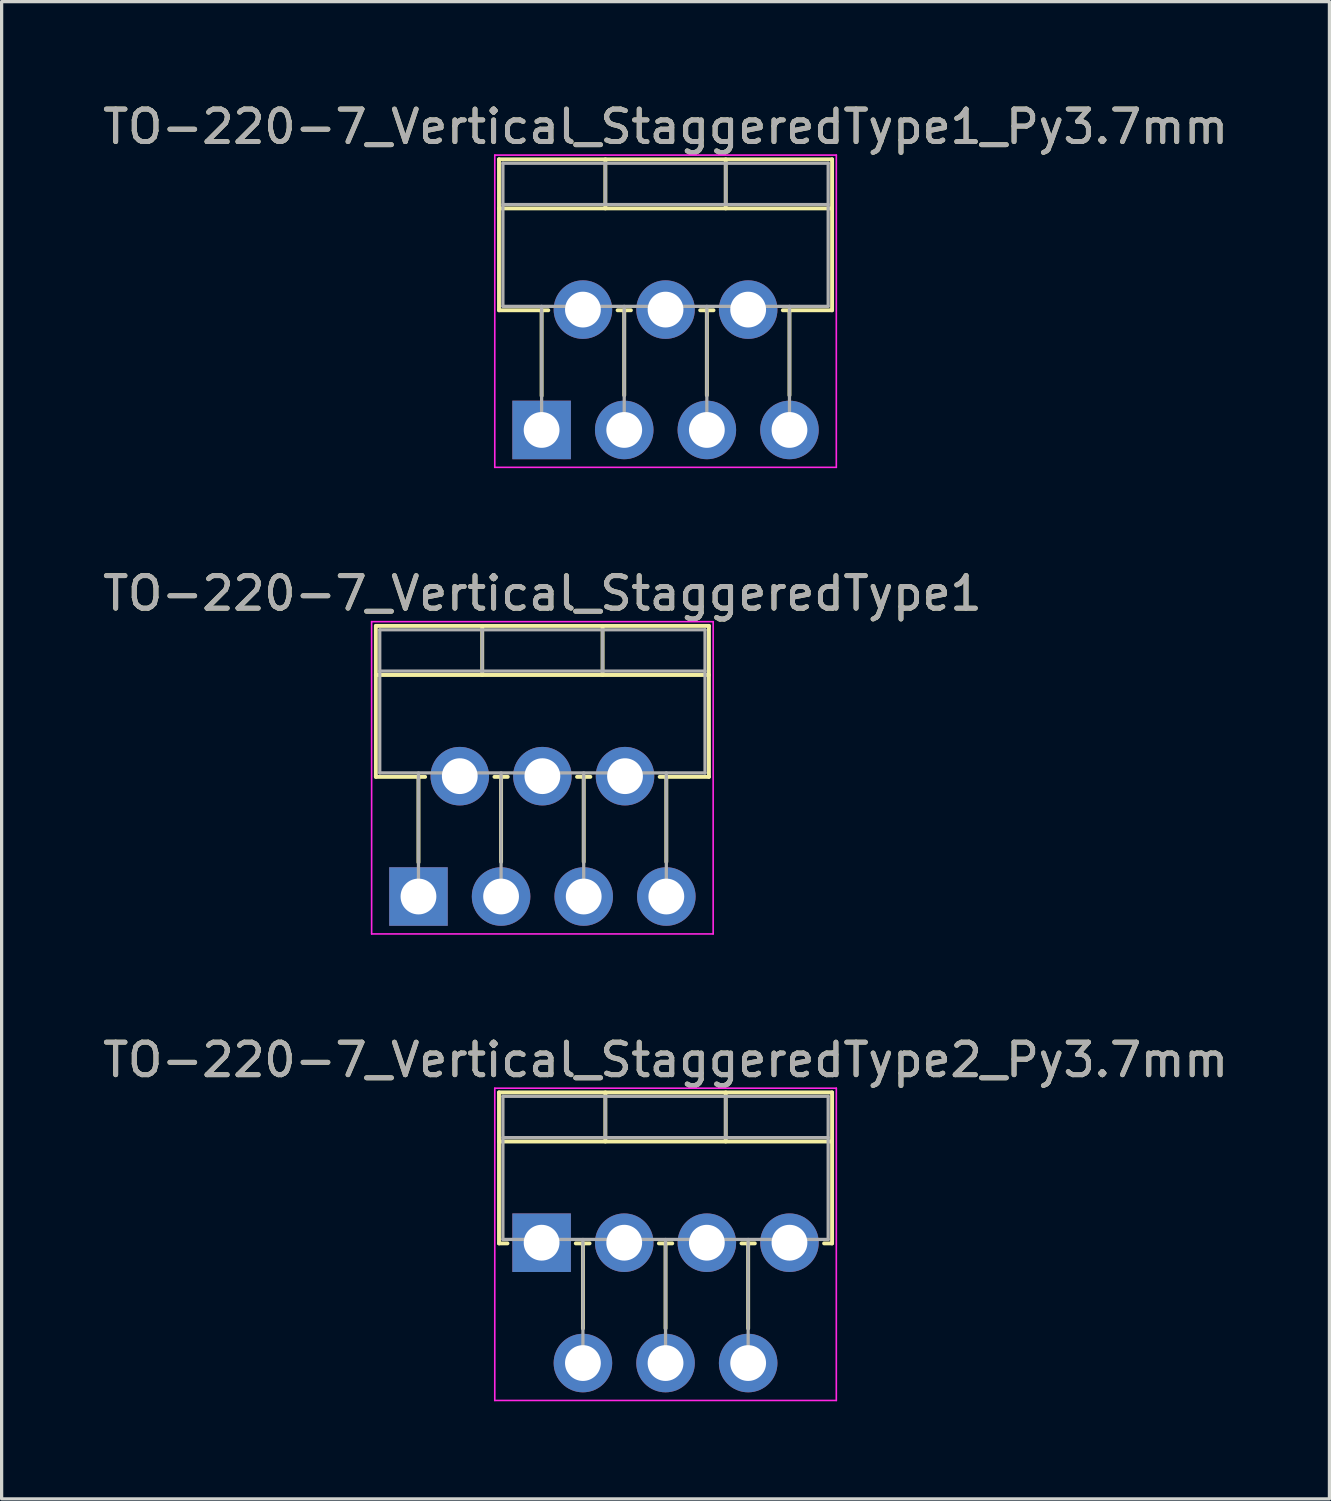
<source format=kicad_pcb>
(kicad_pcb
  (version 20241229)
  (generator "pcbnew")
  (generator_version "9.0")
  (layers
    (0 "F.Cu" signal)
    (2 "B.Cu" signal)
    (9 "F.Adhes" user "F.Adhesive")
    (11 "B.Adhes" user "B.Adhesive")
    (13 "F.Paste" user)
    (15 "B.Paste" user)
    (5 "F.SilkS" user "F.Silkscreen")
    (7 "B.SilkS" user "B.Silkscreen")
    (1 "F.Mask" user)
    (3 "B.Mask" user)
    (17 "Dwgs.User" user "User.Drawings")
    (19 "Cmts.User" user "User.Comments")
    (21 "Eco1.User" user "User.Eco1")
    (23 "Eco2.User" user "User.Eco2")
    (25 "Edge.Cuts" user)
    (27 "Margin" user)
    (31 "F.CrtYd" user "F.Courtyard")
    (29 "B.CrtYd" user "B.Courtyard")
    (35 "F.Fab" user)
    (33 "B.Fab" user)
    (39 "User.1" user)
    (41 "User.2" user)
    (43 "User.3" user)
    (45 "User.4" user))
  (footprint "TO-220-7_Vertical_StaggeredType1"
    (layer "F.Cu")
    (at 9.815 24.512)
    (property "Reference" "TO-220-7_Vertical_StaggeredType1" (at 3.81 -9.32 0) (layer "F.SilkS") (effects (font (size 1 1) (thickness 0.15))))
    (attr through_hole)
    (fp_line (start -1.31 -8.32) (end -1.31 -3.679) (stroke (width 0.12) (type solid)) (layer "F.SilkS"))
    (fp_line (start -1.31 -8.32) (end 8.93 -8.32) (stroke (width 0.12) (type solid)) (layer "F.SilkS"))
    (fp_line (start -1.31 -6.811) (end 8.93 -6.811) (stroke (width 0.12) (type solid)) (layer "F.SilkS"))
    (fp_line (start -1.31 -3.679) (end 0.205 -3.679) (stroke (width 0.12) (type solid)) (layer "F.SilkS"))
    (fp_line (start 0 -3.679) (end 0 -1.049) (stroke (width 0.12) (type solid)) (layer "F.SilkS"))
    (fp_line (start 1.96 -8.32) (end 1.96 -6.811) (stroke (width 0.12) (type solid)) (layer "F.SilkS"))
    (fp_line (start 2.336 -3.679) (end 2.745 -3.679) (stroke (width 0.12) (type solid)) (layer "F.SilkS"))
    (fp_line (start 2.54 -3.679) (end 2.54 -1.065) (stroke (width 0.12) (type solid)) (layer "F.SilkS"))
    (fp_line (start 4.875 -3.679) (end 5.285 -3.679) (stroke (width 0.12) (type solid)) (layer "F.SilkS"))
    (fp_line (start 5.08 -3.679) (end 5.08 -1.065) (stroke (width 0.12) (type solid)) (layer "F.SilkS"))
    (fp_line (start 5.66 -8.32) (end 5.66 -6.811) (stroke (width 0.12) (type solid)) (layer "F.SilkS"))
    (fp_line (start 7.415 -3.679) (end 8.93 -3.679) (stroke (width 0.12) (type solid)) (layer "F.SilkS"))
    (fp_line (start 7.62 -3.679) (end 7.62 -1.065) (stroke (width 0.12) (type solid)) (layer "F.SilkS"))
    (fp_line (start 8.93 -8.32) (end 8.93 -3.679) (stroke (width 0.12) (type solid)) (layer "F.SilkS"))
    (fp_line (start -1.44 -8.45) (end -1.44 1.15) (stroke (width 0.05) (type solid)) (layer "F.CrtYd"))
    (fp_line (start -1.44 1.15) (end 9.06 1.15) (stroke (width 0.05) (type solid)) (layer "F.CrtYd"))
    (fp_line (start 9.06 -8.45) (end -1.44 -8.45) (stroke (width 0.05) (type solid)) (layer "F.CrtYd"))
    (fp_line (start 9.06 1.15) (end 9.06 -8.45) (stroke (width 0.05) (type solid)) (layer "F.CrtYd"))
    (fp_line (start -1.19 -8.2) (end -1.19 -3.8) (stroke (width 0.1) (type solid)) (layer "F.Fab"))
    (fp_line (start -1.19 -6.93) (end 8.81 -6.93) (stroke (width 0.1) (type solid)) (layer "F.Fab"))
    (fp_line (start -1.19 -3.8) (end 8.81 -3.8) (stroke (width 0.1) (type solid)) (layer "F.Fab"))
    (fp_line (start 0 -3.8) (end 0 0) (stroke (width 0.1) (type solid)) (layer "F.Fab"))
    (fp_line (start 1.27 -3.8) (end 1.27 -3.7) (stroke (width 0.1) (type solid)) (layer "F.Fab"))
    (fp_line (start 1.96 -8.2) (end 1.96 -6.93) (stroke (width 0.1) (type solid)) (layer "F.Fab"))
    (fp_line (start 2.54 -3.8) (end 2.54 0) (stroke (width 0.1) (type solid)) (layer "F.Fab"))
    (fp_line (start 3.81 -3.8) (end 3.81 -3.7) (stroke (width 0.1) (type solid)) (layer "F.Fab"))
    (fp_line (start 5.08 -3.8) (end 5.08 0) (stroke (width 0.1) (type solid)) (layer "F.Fab"))
    (fp_line (start 5.66 -8.2) (end 5.66 -6.93) (stroke (width 0.1) (type solid)) (layer "F.Fab"))
    (fp_line (start 6.35 -3.8) (end 6.35 -3.7) (stroke (width 0.1) (type solid)) (layer "F.Fab"))
    (fp_line (start 7.62 -3.8) (end 7.62 0) (stroke (width 0.1) (type solid)) (layer "F.Fab"))
    (fp_line (start 8.81 -8.2) (end -1.19 -8.2) (stroke (width 0.1) (type solid)) (layer "F.Fab"))
    (fp_line (start 8.81 -3.8) (end 8.81 -8.2) (stroke (width 0.1) (type solid)) (layer "F.Fab"))
    (fp_text user "${REFERENCE}" (at 3.81 -9.32 0) (layer "F.Fab") (effects (font (size 1 1) (thickness 0.15))))
    (pad "1" thru_hole rect (at 0 0) (size 1.8 1.8) (drill 1.1) (layers "*.Cu" "*.Mask"))
    (pad "2" thru_hole oval (at 1.27 -3.7) (size 1.8 1.8) (drill 1.1) (layers "*.Cu" "*.Mask"))
    (pad "3" thru_hole oval (at 2.54 0) (size 1.8 1.8) (drill 1.1) (layers "*.Cu" "*.Mask"))
    (pad "4" thru_hole oval (at 3.81 -3.7) (size 1.8 1.8) (drill 1.1) (layers "*.Cu" "*.Mask"))
    (pad "5" thru_hole oval (at 5.08 0) (size 1.8 1.8) (drill 1.1) (layers "*.Cu" "*.Mask"))
    (pad "6" thru_hole oval (at 6.35 -3.7) (size 1.8 1.8) (drill 1.1) (layers "*.Cu" "*.Mask"))
    (pad "7" thru_hole oval (at 7.62 0) (size 1.8 1.8) (drill 1.1) (layers "*.Cu" "*.Mask")))
  (footprint "TO-220-7_Vertical_StaggeredType2_Py3.7mm"
    (layer "F.Cu")
    (at 13.601 35.155)
    (property "Reference" "TO-220-7_Vertical_StaggeredType2_Py3.7mm" (at 3.81 -5.62 0) (layer "F.SilkS") (effects (font (size 1 1) (thickness 0.15))))
    (attr through_hole)
    (fp_line (start -1.31 -4.62) (end -1.31 0.021) (stroke (width 0.12) (type solid)) (layer "F.SilkS"))
    (fp_line (start -1.31 -4.62) (end 8.93 -4.62) (stroke (width 0.12) (type solid)) (layer "F.SilkS"))
    (fp_line (start -1.31 -3.111) (end 8.93 -3.111) (stroke (width 0.12) (type solid)) (layer "F.SilkS"))
    (fp_line (start -1.31 0.021) (end -1.05 0.021) (stroke (width 0.12) (type solid)) (layer "F.SilkS"))
    (fp_line (start 1.05 0.021) (end 1.475 0.021) (stroke (width 0.12) (type solid)) (layer "F.SilkS"))
    (fp_line (start 1.27 0.021) (end 1.27 2.635) (stroke (width 0.12) (type solid)) (layer "F.SilkS"))
    (fp_line (start 1.96 -4.62) (end 1.96 -3.111) (stroke (width 0.12) (type solid)) (layer "F.SilkS"))
    (fp_line (start 3.605 0.021) (end 4.016 0.021) (stroke (width 0.12) (type solid)) (layer "F.SilkS"))
    (fp_line (start 3.81 0.021) (end 3.81 2.635) (stroke (width 0.12) (type solid)) (layer "F.SilkS"))
    (fp_line (start 5.66 -4.62) (end 5.66 -3.111) (stroke (width 0.12) (type solid)) (layer "F.SilkS"))
    (fp_line (start 6.145 0.021) (end 6.555 0.021) (stroke (width 0.12) (type solid)) (layer "F.SilkS"))
    (fp_line (start 6.35 0.021) (end 6.35 2.635) (stroke (width 0.12) (type solid)) (layer "F.SilkS"))
    (fp_line (start 8.685 0.021) (end 8.93 0.021) (stroke (width 0.12) (type solid)) (layer "F.SilkS"))
    (fp_line (start 8.93 -4.62) (end 8.93 0.021) (stroke (width 0.12) (type solid)) (layer "F.SilkS"))
    (fp_line (start -1.44 -4.75) (end -1.44 4.85) (stroke (width 0.05) (type solid)) (layer "F.CrtYd"))
    (fp_line (start -1.44 4.85) (end 9.06 4.85) (stroke (width 0.05) (type solid)) (layer "F.CrtYd"))
    (fp_line (start 9.06 -4.75) (end -1.44 -4.75) (stroke (width 0.05) (type solid)) (layer "F.CrtYd"))
    (fp_line (start 9.06 4.85) (end 9.06 -4.75) (stroke (width 0.05) (type solid)) (layer "F.CrtYd"))
    (fp_line (start -1.19 -4.5) (end -1.19 -0.1) (stroke (width 0.1) (type solid)) (layer "F.Fab"))
    (fp_line (start -1.19 -3.23) (end 8.81 -3.23) (stroke (width 0.1) (type solid)) (layer "F.Fab"))
    (fp_line (start -1.19 -0.1) (end 8.81 -0.1) (stroke (width 0.1) (type solid)) (layer "F.Fab"))
    (fp_line (start 0 -0.1) (end 0 0) (stroke (width 0.1) (type solid)) (layer "F.Fab"))
    (fp_line (start 1.27 -0.1) (end 1.27 3.7) (stroke (width 0.1) (type solid)) (layer "F.Fab"))
    (fp_line (start 1.96 -4.5) (end 1.96 -3.23) (stroke (width 0.1) (type solid)) (layer "F.Fab"))
    (fp_line (start 2.54 -0.1) (end 2.54 0) (stroke (width 0.1) (type solid)) (layer "F.Fab"))
    (fp_line (start 3.81 -0.1) (end 3.81 3.7) (stroke (width 0.1) (type solid)) (layer "F.Fab"))
    (fp_line (start 5.08 -0.1) (end 5.08 0) (stroke (width 0.1) (type solid)) (layer "F.Fab"))
    (fp_line (start 5.66 -4.5) (end 5.66 -3.23) (stroke (width 0.1) (type solid)) (layer "F.Fab"))
    (fp_line (start 6.35 -0.1) (end 6.35 3.7) (stroke (width 0.1) (type solid)) (layer "F.Fab"))
    (fp_line (start 7.62 -0.1) (end 7.62 0) (stroke (width 0.1) (type solid)) (layer "F.Fab"))
    (fp_line (start 8.81 -4.5) (end -1.19 -4.5) (stroke (width 0.1) (type solid)) (layer "F.Fab"))
    (fp_line (start 8.81 -0.1) (end 8.81 -4.5) (stroke (width 0.1) (type solid)) (layer "F.Fab"))
    (fp_text user "${REFERENCE}" (at 3.81 -5.62 0) (layer "F.Fab") (effects (font (size 1 1) (thickness 0.15))))
    (pad "1" thru_hole rect (at 0 0) (size 1.8 1.8) (drill 1.1) (layers "*.Cu" "*.Mask"))
    (pad "2" thru_hole oval (at 1.27 3.7) (size 1.8 1.8) (drill 1.1) (layers "*.Cu" "*.Mask"))
    (pad "3" thru_hole oval (at 2.54 0) (size 1.8 1.8) (drill 1.1) (layers "*.Cu" "*.Mask"))
    (pad "4" thru_hole oval (at 3.81 3.7) (size 1.8 1.8) (drill 1.1) (layers "*.Cu" "*.Mask"))
    (pad "5" thru_hole oval (at 5.08 0) (size 1.8 1.8) (drill 1.1) (layers "*.Cu" "*.Mask"))
    (pad "6" thru_hole oval (at 6.35 3.7) (size 1.8 1.8) (drill 1.1) (layers "*.Cu" "*.Mask"))
    (pad "7" thru_hole oval (at 7.62 0) (size 1.8 1.8) (drill 1.1) (layers "*.Cu" "*.Mask")))
  (footprint "TO-220-7_Vertical_StaggeredType1_Py3.7mm"
    (layer "F.Cu")
    (at 13.601 10.168)
    (property "Reference" "TO-220-7_Vertical_StaggeredType1_Py3.7mm" (at 3.81 -9.32 0) (layer "F.SilkS") (effects (font (size 1 1) (thickness 0.15))))
    (attr through_hole)
    (fp_line (start -1.31 -8.32) (end -1.31 -3.679) (stroke (width 0.12) (type solid)) (layer "F.SilkS"))
    (fp_line (start -1.31 -8.32) (end 8.93 -8.32) (stroke (width 0.12) (type solid)) (layer "F.SilkS"))
    (fp_line (start -1.31 -6.811) (end 8.93 -6.811) (stroke (width 0.12) (type solid)) (layer "F.SilkS"))
    (fp_line (start -1.31 -3.679) (end 0.205 -3.679) (stroke (width 0.12) (type solid)) (layer "F.SilkS"))
    (fp_line (start 0 -3.679) (end 0 -1.049) (stroke (width 0.12) (type solid)) (layer "F.SilkS"))
    (fp_line (start 1.96 -8.32) (end 1.96 -6.811) (stroke (width 0.12) (type solid)) (layer "F.SilkS"))
    (fp_line (start 2.336 -3.679) (end 2.745 -3.679) (stroke (width 0.12) (type solid)) (layer "F.SilkS"))
    (fp_line (start 2.54 -3.679) (end 2.54 -1.065) (stroke (width 0.12) (type solid)) (layer "F.SilkS"))
    (fp_line (start 4.875 -3.679) (end 5.285 -3.679) (stroke (width 0.12) (type solid)) (layer "F.SilkS"))
    (fp_line (start 5.08 -3.679) (end 5.08 -1.065) (stroke (width 0.12) (type solid)) (layer "F.SilkS"))
    (fp_line (start 5.66 -8.32) (end 5.66 -6.811) (stroke (width 0.12) (type solid)) (layer "F.SilkS"))
    (fp_line (start 7.415 -3.679) (end 8.93 -3.679) (stroke (width 0.12) (type solid)) (layer "F.SilkS"))
    (fp_line (start 7.62 -3.679) (end 7.62 -1.065) (stroke (width 0.12) (type solid)) (layer "F.SilkS"))
    (fp_line (start 8.93 -8.32) (end 8.93 -3.679) (stroke (width 0.12) (type solid)) (layer "F.SilkS"))
    (fp_line (start -1.44 -8.45) (end -1.44 1.15) (stroke (width 0.05) (type solid)) (layer "F.CrtYd"))
    (fp_line (start -1.44 1.15) (end 9.06 1.15) (stroke (width 0.05) (type solid)) (layer "F.CrtYd"))
    (fp_line (start 9.06 -8.45) (end -1.44 -8.45) (stroke (width 0.05) (type solid)) (layer "F.CrtYd"))
    (fp_line (start 9.06 1.15) (end 9.06 -8.45) (stroke (width 0.05) (type solid)) (layer "F.CrtYd"))
    (fp_line (start -1.19 -8.2) (end -1.19 -3.8) (stroke (width 0.1) (type solid)) (layer "F.Fab"))
    (fp_line (start -1.19 -6.93) (end 8.81 -6.93) (stroke (width 0.1) (type solid)) (layer "F.Fab"))
    (fp_line (start -1.19 -3.8) (end 8.81 -3.8) (stroke (width 0.1) (type solid)) (layer "F.Fab"))
    (fp_line (start 0 -3.8) (end 0 0) (stroke (width 0.1) (type solid)) (layer "F.Fab"))
    (fp_line (start 1.27 -3.8) (end 1.27 -3.7) (stroke (width 0.1) (type solid)) (layer "F.Fab"))
    (fp_line (start 1.96 -8.2) (end 1.96 -6.93) (stroke (width 0.1) (type solid)) (layer "F.Fab"))
    (fp_line (start 2.54 -3.8) (end 2.54 0) (stroke (width 0.1) (type solid)) (layer "F.Fab"))
    (fp_line (start 3.81 -3.8) (end 3.81 -3.7) (stroke (width 0.1) (type solid)) (layer "F.Fab"))
    (fp_line (start 5.08 -3.8) (end 5.08 0) (stroke (width 0.1) (type solid)) (layer "F.Fab"))
    (fp_line (start 5.66 -8.2) (end 5.66 -6.93) (stroke (width 0.1) (type solid)) (layer "F.Fab"))
    (fp_line (start 6.35 -3.8) (end 6.35 -3.7) (stroke (width 0.1) (type solid)) (layer "F.Fab"))
    (fp_line (start 7.62 -3.8) (end 7.62 0) (stroke (width 0.1) (type solid)) (layer "F.Fab"))
    (fp_line (start 8.81 -8.2) (end -1.19 -8.2) (stroke (width 0.1) (type solid)) (layer "F.Fab"))
    (fp_line (start 8.81 -3.8) (end 8.81 -8.2) (stroke (width 0.1) (type solid)) (layer "F.Fab"))
    (fp_text user "${REFERENCE}" (at 3.81 -9.32 0) (layer "F.Fab") (effects (font (size 1 1) (thickness 0.15))))
    (pad "1" thru_hole rect (at 0 0) (size 1.8 1.8) (drill 1.1) (layers "*.Cu" "*.Mask"))
    (pad "2" thru_hole oval (at 1.27 -3.7) (size 1.8 1.8) (drill 1.1) (layers "*.Cu" "*.Mask"))
    (pad "3" thru_hole oval (at 2.54 0) (size 1.8 1.8) (drill 1.1) (layers "*.Cu" "*.Mask"))
    (pad "4" thru_hole oval (at 3.81 -3.7) (size 1.8 1.8) (drill 1.1) (layers "*.Cu" "*.Mask"))
    (pad "5" thru_hole oval (at 5.08 0) (size 1.8 1.8) (drill 1.1) (layers "*.Cu" "*.Mask"))
    (pad "6" thru_hole oval (at 6.35 -3.7) (size 1.8 1.8) (drill 1.1) (layers "*.Cu" "*.Mask"))
    (pad "7" thru_hole oval (at 7.62 0) (size 1.8 1.8) (drill 1.1) (layers "*.Cu" "*.Mask")))
  (gr_rect
    (start -3 -3)
    (end 37.821 43.03)
    (stroke (width 0.1) (type default))
    (fill no)
    (layer "Edge.Cuts")))
</source>
